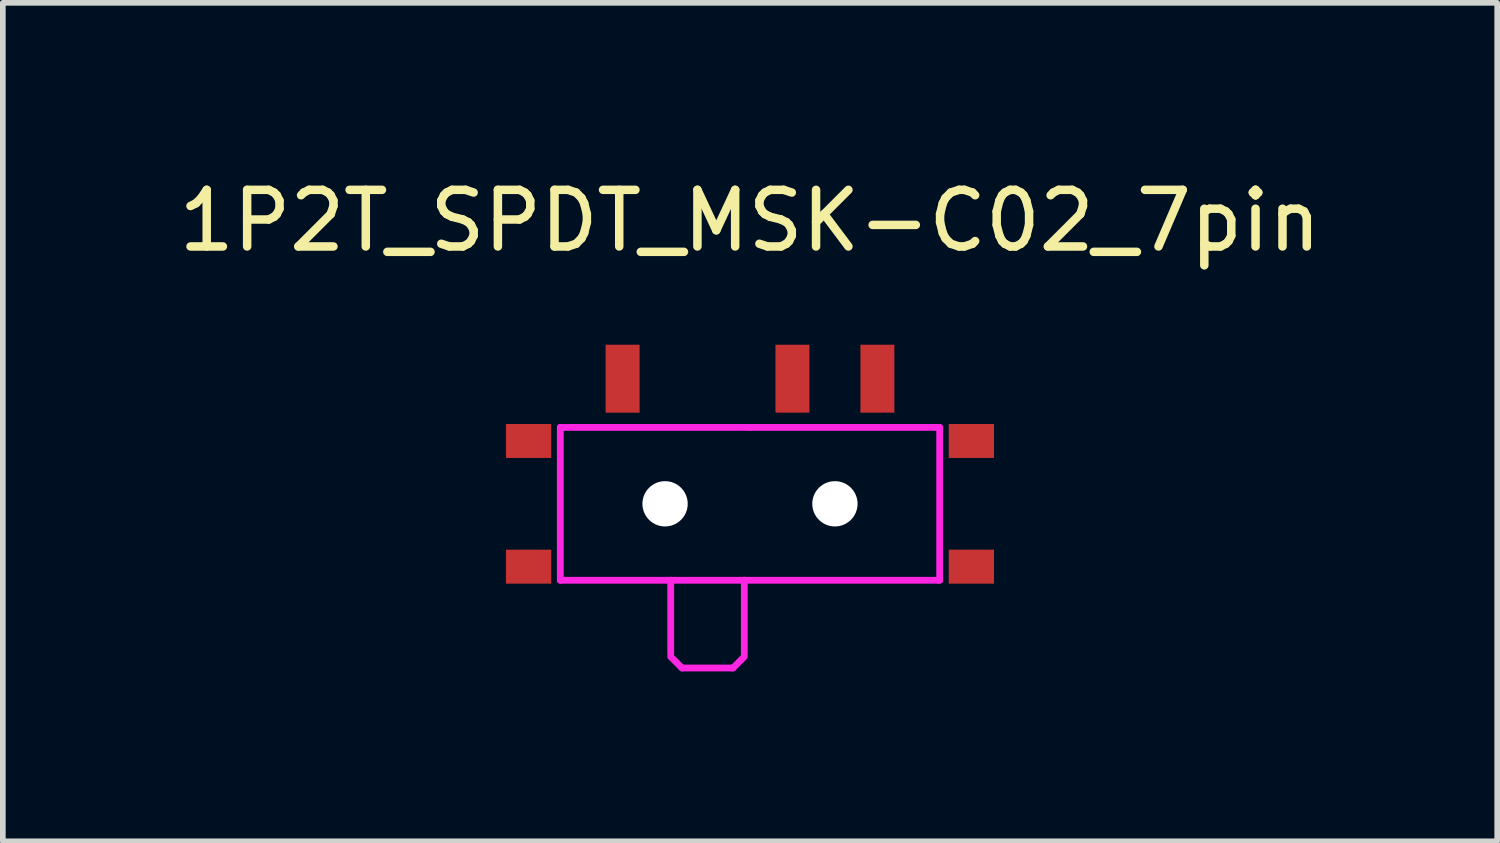
<source format=kicad_pcb>
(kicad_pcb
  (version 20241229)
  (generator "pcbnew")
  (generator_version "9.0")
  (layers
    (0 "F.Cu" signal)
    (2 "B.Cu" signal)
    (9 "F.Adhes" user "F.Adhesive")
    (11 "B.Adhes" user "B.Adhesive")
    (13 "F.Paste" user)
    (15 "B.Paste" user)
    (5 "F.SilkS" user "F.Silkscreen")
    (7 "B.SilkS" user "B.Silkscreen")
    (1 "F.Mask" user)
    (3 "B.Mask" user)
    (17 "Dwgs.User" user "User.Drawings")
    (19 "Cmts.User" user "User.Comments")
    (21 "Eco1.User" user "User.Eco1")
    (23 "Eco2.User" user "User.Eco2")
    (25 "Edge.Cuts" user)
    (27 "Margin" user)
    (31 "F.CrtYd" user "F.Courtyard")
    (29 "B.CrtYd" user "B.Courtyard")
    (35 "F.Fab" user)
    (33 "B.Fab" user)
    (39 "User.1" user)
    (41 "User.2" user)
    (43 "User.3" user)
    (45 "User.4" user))
  (footprint "1P2T_SPDT_MSK-C02_7pin"
    (layer "F.Cu")
    (at 10.196 5.848)
    (property "Reference" "1P2T_SPDT_MSK-C02_7pin" (at 0 -5 0) (layer "F.SilkS") (effects (font (size 1 1) (thickness 0.15))))
    (attr through_hole)
    (fp_line (start -3.35 -1.35) (end -3.35 1.35) (stroke (width 0.12) (type solid)) (layer "F.CrtYd"))
    (fp_line (start -3.35 1.35) (end 3.35 1.35) (stroke (width 0.12) (type solid)) (layer "F.CrtYd"))
    (fp_line (start -3.3 -1.35) (end -3.35 -1.35) (stroke (width 0.12) (type solid)) (layer "F.CrtYd"))
    (fp_line (start -1.4 2.65) (end -1.4 1.35) (stroke (width 0.12) (type solid)) (layer "F.CrtYd"))
    (fp_line (start -1.4 2.7) (end -1.2 2.9) (stroke (width 0.12) (type solid)) (layer "F.CrtYd"))
    (fp_line (start -0.3 2.9) (end -1.2 2.9) (stroke (width 0.12) (type solid)) (layer "F.CrtYd"))
    (fp_line (start -0.1 2.65) (end -0.1 1.35) (stroke (width 0.12) (type solid)) (layer "F.CrtYd"))
    (fp_line (start -0.1 2.7) (end -0.3 2.9) (stroke (width 0.12) (type solid)) (layer "F.CrtYd"))
    (fp_line (start 0 -1.35) (end -3.3 -1.35) (stroke (width 0.12) (type solid)) (layer "F.CrtYd"))
    (fp_line (start 3.35 -1.35) (end 0 -1.35) (stroke (width 0.12) (type solid)) (layer "F.CrtYd"))
    (fp_line (start 3.35 1.35) (end 3.35 -1.35) (stroke (width 0.12) (type solid)) (layer "F.CrtYd"))
    (pad "" smd rect (at -3.81 -1.11) (size 0.8 0.6) (drill (offset -0.1 0)) (layers "F.Cu" "F.Mask" "F.Paste"))
    (pad "" smd rect (at -3.81 1.11) (size 0.8 0.6) (drill (offset -0.1 0)) (layers "F.Cu" "F.Mask" "F.Paste"))
    (pad "" np_thru_hole circle (at -1.5 0) (size 0.8 0.8) (drill 0.8) (layers "*.Cu" "*.Mask"))
    (pad "" np_thru_hole circle (at 1.5 0) (size 0.8 0.8) (drill 0.8) (layers "*.Cu" "*.Mask"))
    (pad "" smd rect (at 3.81 -1.11) (size 0.8 0.6) (drill (offset 0.1 0)) (layers "F.Cu" "F.Mask" "F.Paste"))
    (pad "" smd rect (at 3.81 1.11) (size 0.8 0.6) (drill (offset 0.1 0)) (layers "F.Cu" "F.Mask" "F.Paste"))
    (pad "1" smd rect (at 2.25 -2.01) (size 0.6 1.2) (drill (offset 0 -0.2)) (layers "F.Cu" "F.Mask" "F.Paste"))
    (pad "2" smd rect (at 0.75 -2.01) (size 0.6 1.2) (drill (offset 0 -0.2)) (layers "F.Cu" "F.Mask" "F.Paste"))
    (pad "3" smd rect (at -2.25 -2.01) (size 0.6 1.2) (drill (offset 0 -0.2)) (layers "F.Cu" "F.Mask" "F.Paste")))
  (gr_rect
    (start -3 -3)
    (end 23.393 11.808)
    (stroke (width 0.1) (type default))
    (fill no)
    (layer "Edge.Cuts")))
</source>
